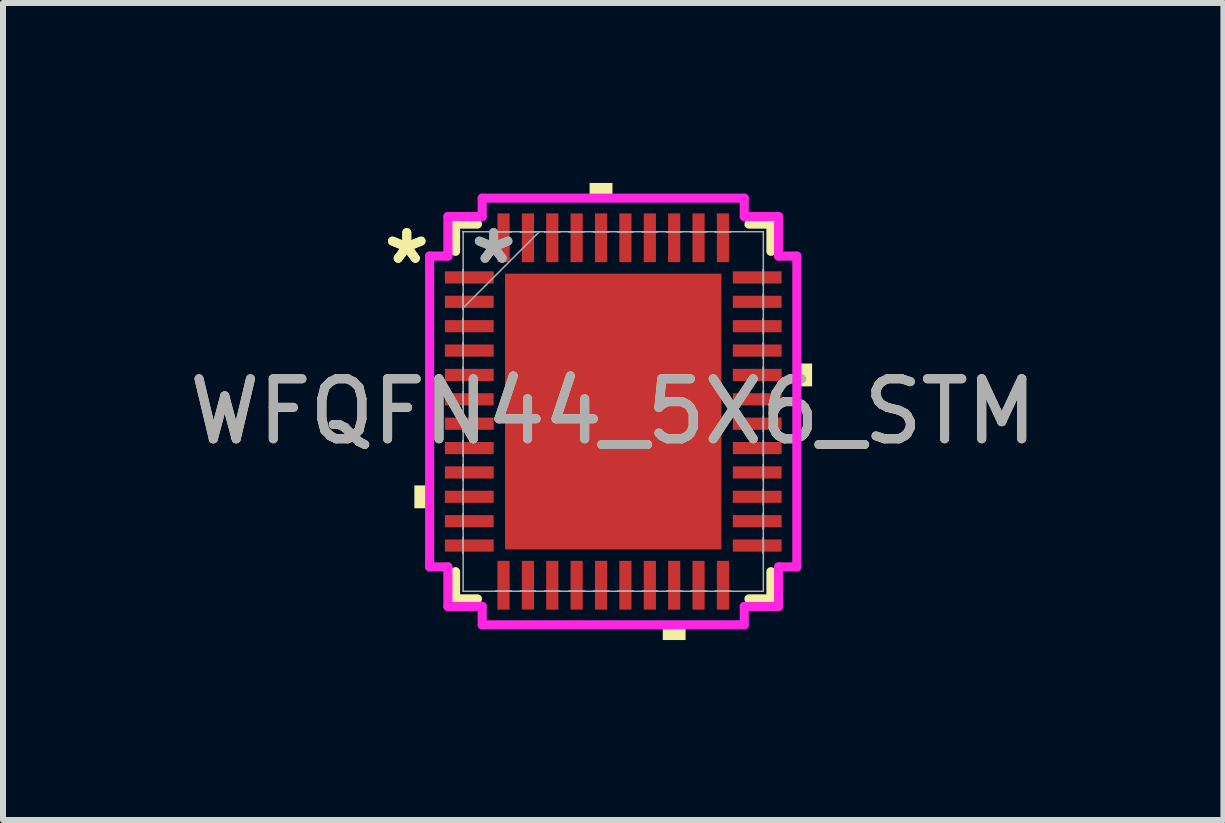
<source format=kicad_pcb>
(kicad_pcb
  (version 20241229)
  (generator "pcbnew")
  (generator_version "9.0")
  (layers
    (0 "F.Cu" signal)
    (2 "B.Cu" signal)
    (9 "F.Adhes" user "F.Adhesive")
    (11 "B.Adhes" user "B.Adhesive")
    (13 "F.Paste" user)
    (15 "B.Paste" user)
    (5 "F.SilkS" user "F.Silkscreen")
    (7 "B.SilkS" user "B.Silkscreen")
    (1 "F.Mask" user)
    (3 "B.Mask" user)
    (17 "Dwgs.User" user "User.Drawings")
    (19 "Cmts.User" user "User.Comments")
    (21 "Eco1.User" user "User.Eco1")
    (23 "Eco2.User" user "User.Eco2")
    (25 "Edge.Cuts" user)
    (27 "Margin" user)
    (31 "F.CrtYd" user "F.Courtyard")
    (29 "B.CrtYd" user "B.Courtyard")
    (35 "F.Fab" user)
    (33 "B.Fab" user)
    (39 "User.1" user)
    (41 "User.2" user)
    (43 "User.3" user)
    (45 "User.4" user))
  (footprint "WFQFN44_5X6_STM"
    (layer "F.Cu")
    (at 7.173 3.81)
    (property "Reference" "WFQFN44_5X6_STM" (at 0 0 0) (unlocked yes) (layer "F.SilkS") (effects (font (size 1 1) (thickness 0.15))))
    (attr smd)
    (fp_line (start -2.629 -3.124) (end -2.629 -2.67) (stroke (width 0.152) (type solid)) (layer "F.SilkS"))
    (fp_line (start -2.629 2.67) (end -2.629 3.124) (stroke (width 0.152) (type solid)) (layer "F.SilkS"))
    (fp_line (start -2.629 3.124) (end -2.263 3.124) (stroke (width 0.152) (type solid)) (layer "F.SilkS"))
    (fp_line (start -2.263 -3.124) (end -2.629 -3.124) (stroke (width 0.152) (type solid)) (layer "F.SilkS"))
    (fp_line (start 2.263 3.124) (end 2.629 3.124) (stroke (width 0.152) (type solid)) (layer "F.SilkS"))
    (fp_line (start 2.629 -3.124) (end 2.263 -3.124) (stroke (width 0.152) (type solid)) (layer "F.SilkS"))
    (fp_line (start 2.629 -2.67) (end 2.629 -3.124) (stroke (width 0.152) (type solid)) (layer "F.SilkS"))
    (fp_line (start 2.629 3.124) (end 2.629 2.67) (stroke (width 0.152) (type solid)) (layer "F.SilkS"))
    (fp_poly (pts (xy -3.315 1.232) (xy -3.315 1.613) (xy -3.061 1.613) (xy -3.061 1.232)) (stroke (width 0) (type solid)) (fill yes) (layer "F.SilkS"))
    (fp_poly (pts (xy -0.394 -3.556) (xy -0.394 -3.81) (xy -0.013 -3.81) (xy -0.013 -3.556)) (stroke (width 0) (type solid)) (fill yes) (layer "F.SilkS"))
    (fp_poly (pts (xy 0.826 3.556) (xy 0.826 3.81) (xy 1.206 3.81) (xy 1.206 3.556)) (stroke (width 0) (type solid)) (fill yes) (layer "F.SilkS"))
    (fp_poly (pts (xy 3.315 -0.8) (xy 3.315 -0.419) (xy 3.061 -0.419) (xy 3.061 -0.8)) (stroke (width 0) (type solid)) (fill yes) (layer "F.SilkS"))
    (fp_poly (pts (xy -1.703 -2.199) (xy -1.703 -0.866) (xy -0.1 -0.866) (xy -0.1 -2.199)) (stroke (width 0) (type solid)) (fill yes) (layer "F.Paste"))
    (fp_poly (pts (xy -1.703 -0.666) (xy -1.703 0.666) (xy -0.1 0.666) (xy -0.1 -0.666)) (stroke (width 0) (type solid)) (fill yes) (layer "F.Paste"))
    (fp_poly (pts (xy -1.703 0.866) (xy -1.703 2.199) (xy -0.1 2.199) (xy -0.1 0.866)) (stroke (width 0) (type solid)) (fill yes) (layer "F.Paste"))
    (fp_poly (pts (xy 0.1 -2.199) (xy 0.1 -0.866) (xy 1.703 -0.866) (xy 1.703 -2.199)) (stroke (width 0) (type solid)) (fill yes) (layer "F.Paste"))
    (fp_poly (pts (xy 0.1 -0.666) (xy 0.1 0.666) (xy 1.703 0.666) (xy 1.703 -0.666)) (stroke (width 0) (type solid)) (fill yes) (layer "F.Paste"))
    (fp_poly (pts (xy 0.1 0.866) (xy 0.1 2.199) (xy 1.703 2.199) (xy 1.703 0.866)) (stroke (width 0) (type solid)) (fill yes) (layer "F.Paste"))
    (fp_line (start -3.061 -2.591) (end -2.756 -2.591) (stroke (width 0.152) (type solid)) (layer "F.CrtYd"))
    (fp_line (start -3.061 2.591) (end -3.061 -2.591) (stroke (width 0.152) (type solid)) (layer "F.CrtYd"))
    (fp_line (start -2.756 -3.251) (end -2.184 -3.251) (stroke (width 0.152) (type solid)) (layer "F.CrtYd"))
    (fp_line (start -2.756 -2.591) (end -2.756 -3.251) (stroke (width 0.152) (type solid)) (layer "F.CrtYd"))
    (fp_line (start -2.756 2.591) (end -3.061 2.591) (stroke (width 0.152) (type solid)) (layer "F.CrtYd"))
    (fp_line (start -2.756 3.251) (end -2.756 2.591) (stroke (width 0.152) (type solid)) (layer "F.CrtYd"))
    (fp_line (start -2.184 -3.556) (end 2.184 -3.556) (stroke (width 0.152) (type solid)) (layer "F.CrtYd"))
    (fp_line (start -2.184 -3.251) (end -2.184 -3.556) (stroke (width 0.152) (type solid)) (layer "F.CrtYd"))
    (fp_line (start -2.184 3.251) (end -2.756 3.251) (stroke (width 0.152) (type solid)) (layer "F.CrtYd"))
    (fp_line (start -2.184 3.556) (end -2.184 3.251) (stroke (width 0.152) (type solid)) (layer "F.CrtYd"))
    (fp_line (start 2.184 -3.556) (end 2.184 -3.251) (stroke (width 0.152) (type solid)) (layer "F.CrtYd"))
    (fp_line (start 2.184 -3.251) (end 2.756 -3.251) (stroke (width 0.152) (type solid)) (layer "F.CrtYd"))
    (fp_line (start 2.184 3.251) (end 2.184 3.556) (stroke (width 0.152) (type solid)) (layer "F.CrtYd"))
    (fp_line (start 2.184 3.556) (end -2.184 3.556) (stroke (width 0.152) (type solid)) (layer "F.CrtYd"))
    (fp_line (start 2.756 -3.251) (end 2.756 -2.591) (stroke (width 0.152) (type solid)) (layer "F.CrtYd"))
    (fp_line (start 2.756 -2.591) (end 3.061 -2.591) (stroke (width 0.152) (type solid)) (layer "F.CrtYd"))
    (fp_line (start 2.756 2.591) (end 2.756 3.251) (stroke (width 0.152) (type solid)) (layer "F.CrtYd"))
    (fp_line (start 2.756 3.251) (end 2.184 3.251) (stroke (width 0.152) (type solid)) (layer "F.CrtYd"))
    (fp_line (start 3.061 -2.591) (end 3.061 2.591) (stroke (width 0.152) (type solid)) (layer "F.CrtYd"))
    (fp_line (start 3.061 2.591) (end 2.756 2.591) (stroke (width 0.152) (type solid)) (layer "F.CrtYd"))
    (fp_line (start -2.502 -2.997) (end -2.502 -2.997) (stroke (width 0.025) (type solid)) (layer "F.Fab"))
    (fp_line (start -2.502 -2.997) (end -2.502 2.997) (stroke (width 0.025) (type solid)) (layer "F.Fab"))
    (fp_line (start -2.502 -2.362) (end -2.502 -2.362) (stroke (width 0.025) (type solid)) (layer "F.Fab"))
    (fp_line (start -2.502 -2.362) (end -2.502 -2.108) (stroke (width 0.025) (type solid)) (layer "F.Fab"))
    (fp_line (start -2.502 -2.108) (end -2.502 -2.362) (stroke (width 0.025) (type solid)) (layer "F.Fab"))
    (fp_line (start -2.502 -2.108) (end -2.502 -2.108) (stroke (width 0.025) (type solid)) (layer "F.Fab"))
    (fp_line (start -2.502 -1.956) (end -2.502 -1.956) (stroke (width 0.025) (type solid)) (layer "F.Fab"))
    (fp_line (start -2.502 -1.956) (end -2.502 -1.702) (stroke (width 0.025) (type solid)) (layer "F.Fab"))
    (fp_line (start -2.502 -1.727) (end -1.232 -2.997) (stroke (width 0.025) (type solid)) (layer "F.Fab"))
    (fp_line (start -2.502 -1.702) (end -2.502 -1.956) (stroke (width 0.025) (type solid)) (layer "F.Fab"))
    (fp_line (start -2.502 -1.702) (end -2.502 -1.702) (stroke (width 0.025) (type solid)) (layer "F.Fab"))
    (fp_line (start -2.502 -1.549) (end -2.502 -1.549) (stroke (width 0.025) (type solid)) (layer "F.Fab"))
    (fp_line (start -2.502 -1.549) (end -2.502 -1.295) (stroke (width 0.025) (type solid)) (layer "F.Fab"))
    (fp_line (start -2.502 -1.295) (end -2.502 -1.549) (stroke (width 0.025) (type solid)) (layer "F.Fab"))
    (fp_line (start -2.502 -1.295) (end -2.502 -1.295) (stroke (width 0.025) (type solid)) (layer "F.Fab"))
    (fp_line (start -2.502 -1.143) (end -2.502 -1.143) (stroke (width 0.025) (type solid)) (layer "F.Fab"))
    (fp_line (start -2.502 -1.143) (end -2.502 -0.889) (stroke (width 0.025) (type solid)) (layer "F.Fab"))
    (fp_line (start -2.502 -0.889) (end -2.502 -1.143) (stroke (width 0.025) (type solid)) (layer "F.Fab"))
    (fp_line (start -2.502 -0.889) (end -2.502 -0.889) (stroke (width 0.025) (type solid)) (layer "F.Fab"))
    (fp_line (start -2.502 -0.737) (end -2.502 -0.737) (stroke (width 0.025) (type solid)) (layer "F.Fab"))
    (fp_line (start -2.502 -0.737) (end -2.502 -0.483) (stroke (width 0.025) (type solid)) (layer "F.Fab"))
    (fp_line (start -2.502 -0.483) (end -2.502 -0.737) (stroke (width 0.025) (type solid)) (layer "F.Fab"))
    (fp_line (start -2.502 -0.483) (end -2.502 -0.483) (stroke (width 0.025) (type solid)) (layer "F.Fab"))
    (fp_line (start -2.502 -0.33) (end -2.502 -0.33) (stroke (width 0.025) (type solid)) (layer "F.Fab"))
    (fp_line (start -2.502 -0.33) (end -2.502 -0.076) (stroke (width 0.025) (type solid)) (layer "F.Fab"))
    (fp_line (start -2.502 -0.076) (end -2.502 -0.33) (stroke (width 0.025) (type solid)) (layer "F.Fab"))
    (fp_line (start -2.502 -0.076) (end -2.502 -0.076) (stroke (width 0.025) (type solid)) (layer "F.Fab"))
    (fp_line (start -2.502 0.076) (end -2.502 0.076) (stroke (width 0.025) (type solid)) (layer "F.Fab"))
    (fp_line (start -2.502 0.076) (end -2.502 0.33) (stroke (width 0.025) (type solid)) (layer "F.Fab"))
    (fp_line (start -2.502 0.33) (end -2.502 0.076) (stroke (width 0.025) (type solid)) (layer "F.Fab"))
    (fp_line (start -2.502 0.33) (end -2.502 0.33) (stroke (width 0.025) (type solid)) (layer "F.Fab"))
    (fp_line (start -2.502 0.483) (end -2.502 0.483) (stroke (width 0.025) (type solid)) (layer "F.Fab"))
    (fp_line (start -2.502 0.483) (end -2.502 0.737) (stroke (width 0.025) (type solid)) (layer "F.Fab"))
    (fp_line (start -2.502 0.737) (end -2.502 0.483) (stroke (width 0.025) (type solid)) (layer "F.Fab"))
    (fp_line (start -2.502 0.737) (end -2.502 0.737) (stroke (width 0.025) (type solid)) (layer "F.Fab"))
    (fp_line (start -2.502 0.889) (end -2.502 0.889) (stroke (width 0.025) (type solid)) (layer "F.Fab"))
    (fp_line (start -2.502 0.889) (end -2.502 1.143) (stroke (width 0.025) (type solid)) (layer "F.Fab"))
    (fp_line (start -2.502 1.143) (end -2.502 0.889) (stroke (width 0.025) (type solid)) (layer "F.Fab"))
    (fp_line (start -2.502 1.143) (end -2.502 1.143) (stroke (width 0.025) (type solid)) (layer "F.Fab"))
    (fp_line (start -2.502 1.295) (end -2.502 1.295) (stroke (width 0.025) (type solid)) (layer "F.Fab"))
    (fp_line (start -2.502 1.295) (end -2.502 1.549) (stroke (width 0.025) (type solid)) (layer "F.Fab"))
    (fp_line (start -2.502 1.549) (end -2.502 1.295) (stroke (width 0.025) (type solid)) (layer "F.Fab"))
    (fp_line (start -2.502 1.549) (end -2.502 1.549) (stroke (width 0.025) (type solid)) (layer "F.Fab"))
    (fp_line (start -2.502 1.702) (end -2.502 1.702) (stroke (width 0.025) (type solid)) (layer "F.Fab"))
    (fp_line (start -2.502 1.702) (end -2.502 1.956) (stroke (width 0.025) (type solid)) (layer "F.Fab"))
    (fp_line (start -2.502 1.956) (end -2.502 1.702) (stroke (width 0.025) (type solid)) (layer "F.Fab"))
    (fp_line (start -2.502 1.956) (end -2.502 1.956) (stroke (width 0.025) (type solid)) (layer "F.Fab"))
    (fp_line (start -2.502 2.108) (end -2.502 2.108) (stroke (width 0.025) (type solid)) (layer "F.Fab"))
    (fp_line (start -2.502 2.108) (end -2.502 2.362) (stroke (width 0.025) (type solid)) (layer "F.Fab"))
    (fp_line (start -2.502 2.362) (end -2.502 2.108) (stroke (width 0.025) (type solid)) (layer "F.Fab"))
    (fp_line (start -2.502 2.362) (end -2.502 2.362) (stroke (width 0.025) (type solid)) (layer "F.Fab"))
    (fp_line (start -2.502 2.997) (end -2.502 2.997) (stroke (width 0.025) (type solid)) (layer "F.Fab"))
    (fp_line (start -2.502 2.997) (end 2.502 2.997) (stroke (width 0.025) (type solid)) (layer "F.Fab"))
    (fp_line (start -1.956 -2.997) (end -1.956 -2.997) (stroke (width 0.025) (type solid)) (layer "F.Fab"))
    (fp_line (start -1.956 -2.997) (end -1.702 -2.997) (stroke (width 0.025) (type solid)) (layer "F.Fab"))
    (fp_line (start -1.956 2.997) (end -1.956 2.997) (stroke (width 0.025) (type solid)) (layer "F.Fab"))
    (fp_line (start -1.956 2.997) (end -1.702 2.997) (stroke (width 0.025) (type solid)) (layer "F.Fab"))
    (fp_line (start -1.702 -2.997) (end -1.956 -2.997) (stroke (width 0.025) (type solid)) (layer "F.Fab"))
    (fp_line (start -1.702 -2.997) (end -1.702 -2.997) (stroke (width 0.025) (type solid)) (layer "F.Fab"))
    (fp_line (start -1.702 2.997) (end -1.956 2.997) (stroke (width 0.025) (type solid)) (layer "F.Fab"))
    (fp_line (start -1.702 2.997) (end -1.702 2.997) (stroke (width 0.025) (type solid)) (layer "F.Fab"))
    (fp_line (start -1.549 -2.997) (end -1.549 -2.997) (stroke (width 0.025) (type solid)) (layer "F.Fab"))
    (fp_line (start -1.549 -2.997) (end -1.295 -2.997) (stroke (width 0.025) (type solid)) (layer "F.Fab"))
    (fp_line (start -1.549 2.997) (end -1.549 2.997) (stroke (width 0.025) (type solid)) (layer "F.Fab"))
    (fp_line (start -1.549 2.997) (end -1.295 2.997) (stroke (width 0.025) (type solid)) (layer "F.Fab"))
    (fp_line (start -1.295 -2.997) (end -1.549 -2.997) (stroke (width 0.025) (type solid)) (layer "F.Fab"))
    (fp_line (start -1.295 -2.997) (end -1.295 -2.997) (stroke (width 0.025) (type solid)) (layer "F.Fab"))
    (fp_line (start -1.295 2.997) (end -1.549 2.997) (stroke (width 0.025) (type solid)) (layer "F.Fab"))
    (fp_line (start -1.295 2.997) (end -1.295 2.997) (stroke (width 0.025) (type solid)) (layer "F.Fab"))
    (fp_line (start -1.143 -2.997) (end -1.143 -2.997) (stroke (width 0.025) (type solid)) (layer "F.Fab"))
    (fp_line (start -1.143 -2.997) (end -0.889 -2.997) (stroke (width 0.025) (type solid)) (layer "F.Fab"))
    (fp_line (start -1.143 2.997) (end -1.143 2.997) (stroke (width 0.025) (type solid)) (layer "F.Fab"))
    (fp_line (start -1.143 2.997) (end -0.889 2.997) (stroke (width 0.025) (type solid)) (layer "F.Fab"))
    (fp_line (start -0.889 -2.997) (end -1.143 -2.997) (stroke (width 0.025) (type solid)) (layer "F.Fab"))
    (fp_line (start -0.889 -2.997) (end -0.889 -2.997) (stroke (width 0.025) (type solid)) (layer "F.Fab"))
    (fp_line (start -0.889 2.997) (end -1.143 2.997) (stroke (width 0.025) (type solid)) (layer "F.Fab"))
    (fp_line (start -0.889 2.997) (end -0.889 2.997) (stroke (width 0.025) (type solid)) (layer "F.Fab"))
    (fp_line (start -0.737 -2.997) (end -0.737 -2.997) (stroke (width 0.025) (type solid)) (layer "F.Fab"))
    (fp_line (start -0.737 -2.997) (end -0.483 -2.997) (stroke (width 0.025) (type solid)) (layer "F.Fab"))
    (fp_line (start -0.737 2.997) (end -0.737 2.997) (stroke (width 0.025) (type solid)) (layer "F.Fab"))
    (fp_line (start -0.737 2.997) (end -0.483 2.997) (stroke (width 0.025) (type solid)) (layer "F.Fab"))
    (fp_line (start -0.483 -2.997) (end -0.737 -2.997) (stroke (width 0.025) (type solid)) (layer "F.Fab"))
    (fp_line (start -0.483 -2.997) (end -0.483 -2.997) (stroke (width 0.025) (type solid)) (layer "F.Fab"))
    (fp_line (start -0.483 2.997) (end -0.737 2.997) (stroke (width 0.025) (type solid)) (layer "F.Fab"))
    (fp_line (start -0.483 2.997) (end -0.483 2.997) (stroke (width 0.025) (type solid)) (layer "F.Fab"))
    (fp_line (start -0.33 -2.997) (end -0.33 -2.997) (stroke (width 0.025) (type solid)) (layer "F.Fab"))
    (fp_line (start -0.33 -2.997) (end -0.076 -2.997) (stroke (width 0.025) (type solid)) (layer "F.Fab"))
    (fp_line (start -0.33 2.997) (end -0.33 2.997) (stroke (width 0.025) (type solid)) (layer "F.Fab"))
    (fp_line (start -0.33 2.997) (end -0.076 2.997) (stroke (width 0.025) (type solid)) (layer "F.Fab"))
    (fp_line (start -0.076 -2.997) (end -0.33 -2.997) (stroke (width 0.025) (type solid)) (layer "F.Fab"))
    (fp_line (start -0.076 -2.997) (end -0.076 -2.997) (stroke (width 0.025) (type solid)) (layer "F.Fab"))
    (fp_line (start -0.076 2.997) (end -0.33 2.997) (stroke (width 0.025) (type solid)) (layer "F.Fab"))
    (fp_line (start -0.076 2.997) (end -0.076 2.997) (stroke (width 0.025) (type solid)) (layer "F.Fab"))
    (fp_line (start 0.076 -2.997) (end 0.076 -2.997) (stroke (width 0.025) (type solid)) (layer "F.Fab"))
    (fp_line (start 0.076 -2.997) (end 0.33 -2.997) (stroke (width 0.025) (type solid)) (layer "F.Fab"))
    (fp_line (start 0.076 2.997) (end 0.076 2.997) (stroke (width 0.025) (type solid)) (layer "F.Fab"))
    (fp_line (start 0.076 2.997) (end 0.33 2.997) (stroke (width 0.025) (type solid)) (layer "F.Fab"))
    (fp_line (start 0.33 -2.997) (end 0.076 -2.997) (stroke (width 0.025) (type solid)) (layer "F.Fab"))
    (fp_line (start 0.33 -2.997) (end 0.33 -2.997) (stroke (width 0.025) (type solid)) (layer "F.Fab"))
    (fp_line (start 0.33 2.997) (end 0.076 2.997) (stroke (width 0.025) (type solid)) (layer "F.Fab"))
    (fp_line (start 0.33 2.997) (end 0.33 2.997) (stroke (width 0.025) (type solid)) (layer "F.Fab"))
    (fp_line (start 0.483 -2.997) (end 0.483 -2.997) (stroke (width 0.025) (type solid)) (layer "F.Fab"))
    (fp_line (start 0.483 -2.997) (end 0.737 -2.997) (stroke (width 0.025) (type solid)) (layer "F.Fab"))
    (fp_line (start 0.483 2.997) (end 0.483 2.997) (stroke (width 0.025) (type solid)) (layer "F.Fab"))
    (fp_line (start 0.483 2.997) (end 0.737 2.997) (stroke (width 0.025) (type solid)) (layer "F.Fab"))
    (fp_line (start 0.737 -2.997) (end 0.483 -2.997) (stroke (width 0.025) (type solid)) (layer "F.Fab"))
    (fp_line (start 0.737 -2.997) (end 0.737 -2.997) (stroke (width 0.025) (type solid)) (layer "F.Fab"))
    (fp_line (start 0.737 2.997) (end 0.483 2.997) (stroke (width 0.025) (type solid)) (layer "F.Fab"))
    (fp_line (start 0.737 2.997) (end 0.737 2.997) (stroke (width 0.025) (type solid)) (layer "F.Fab"))
    (fp_line (start 0.889 -2.997) (end 0.889 -2.997) (stroke (width 0.025) (type solid)) (layer "F.Fab"))
    (fp_line (start 0.889 -2.997) (end 1.143 -2.997) (stroke (width 0.025) (type solid)) (layer "F.Fab"))
    (fp_line (start 0.889 2.997) (end 0.889 2.997) (stroke (width 0.025) (type solid)) (layer "F.Fab"))
    (fp_line (start 0.889 2.997) (end 1.143 2.997) (stroke (width 0.025) (type solid)) (layer "F.Fab"))
    (fp_line (start 1.143 -2.997) (end 0.889 -2.997) (stroke (width 0.025) (type solid)) (layer "F.Fab"))
    (fp_line (start 1.143 -2.997) (end 1.143 -2.997) (stroke (width 0.025) (type solid)) (layer "F.Fab"))
    (fp_line (start 1.143 2.997) (end 0.889 2.997) (stroke (width 0.025) (type solid)) (layer "F.Fab"))
    (fp_line (start 1.143 2.997) (end 1.143 2.997) (stroke (width 0.025) (type solid)) (layer "F.Fab"))
    (fp_line (start 1.295 -2.997) (end 1.295 -2.997) (stroke (width 0.025) (type solid)) (layer "F.Fab"))
    (fp_line (start 1.295 -2.997) (end 1.549 -2.997) (stroke (width 0.025) (type solid)) (layer "F.Fab"))
    (fp_line (start 1.295 2.997) (end 1.295 2.997) (stroke (width 0.025) (type solid)) (layer "F.Fab"))
    (fp_line (start 1.295 2.997) (end 1.549 2.997) (stroke (width 0.025) (type solid)) (layer "F.Fab"))
    (fp_line (start 1.549 -2.997) (end 1.295 -2.997) (stroke (width 0.025) (type solid)) (layer "F.Fab"))
    (fp_line (start 1.549 -2.997) (end 1.549 -2.997) (stroke (width 0.025) (type solid)) (layer "F.Fab"))
    (fp_line (start 1.549 2.997) (end 1.295 2.997) (stroke (width 0.025) (type solid)) (layer "F.Fab"))
    (fp_line (start 1.549 2.997) (end 1.549 2.997) (stroke (width 0.025) (type solid)) (layer "F.Fab"))
    (fp_line (start 1.702 -2.997) (end 1.702 -2.997) (stroke (width 0.025) (type solid)) (layer "F.Fab"))
    (fp_line (start 1.702 -2.997) (end 1.956 -2.997) (stroke (width 0.025) (type solid)) (layer "F.Fab"))
    (fp_line (start 1.702 2.997) (end 1.702 2.997) (stroke (width 0.025) (type solid)) (layer "F.Fab"))
    (fp_line (start 1.702 2.997) (end 1.956 2.997) (stroke (width 0.025) (type solid)) (layer "F.Fab"))
    (fp_line (start 1.956 -2.997) (end 1.702 -2.997) (stroke (width 0.025) (type solid)) (layer "F.Fab"))
    (fp_line (start 1.956 -2.997) (end 1.956 -2.997) (stroke (width 0.025) (type solid)) (layer "F.Fab"))
    (fp_line (start 1.956 2.997) (end 1.702 2.997) (stroke (width 0.025) (type solid)) (layer "F.Fab"))
    (fp_line (start 1.956 2.997) (end 1.956 2.997) (stroke (width 0.025) (type solid)) (layer "F.Fab"))
    (fp_line (start 2.502 -2.997) (end -2.502 -2.997) (stroke (width 0.025) (type solid)) (layer "F.Fab"))
    (fp_line (start 2.502 -2.997) (end 2.502 -2.997) (stroke (width 0.025) (type solid)) (layer "F.Fab"))
    (fp_line (start 2.502 -2.362) (end 2.502 -2.362) (stroke (width 0.025) (type solid)) (layer "F.Fab"))
    (fp_line (start 2.502 -2.362) (end 2.502 -2.108) (stroke (width 0.025) (type solid)) (layer "F.Fab"))
    (fp_line (start 2.502 -2.108) (end 2.502 -2.362) (stroke (width 0.025) (type solid)) (layer "F.Fab"))
    (fp_line (start 2.502 -2.108) (end 2.502 -2.108) (stroke (width 0.025) (type solid)) (layer "F.Fab"))
    (fp_line (start 2.502 -1.956) (end 2.502 -1.956) (stroke (width 0.025) (type solid)) (layer "F.Fab"))
    (fp_line (start 2.502 -1.956) (end 2.502 -1.702) (stroke (width 0.025) (type solid)) (layer "F.Fab"))
    (fp_line (start 2.502 -1.702) (end 2.502 -1.956) (stroke (width 0.025) (type solid)) (layer "F.Fab"))
    (fp_line (start 2.502 -1.702) (end 2.502 -1.702) (stroke (width 0.025) (type solid)) (layer "F.Fab"))
    (fp_line (start 2.502 -1.549) (end 2.502 -1.549) (stroke (width 0.025) (type solid)) (layer "F.Fab"))
    (fp_line (start 2.502 -1.549) (end 2.502 -1.295) (stroke (width 0.025) (type solid)) (layer "F.Fab"))
    (fp_line (start 2.502 -1.295) (end 2.502 -1.549) (stroke (width 0.025) (type solid)) (layer "F.Fab"))
    (fp_line (start 2.502 -1.295) (end 2.502 -1.295) (stroke (width 0.025) (type solid)) (layer "F.Fab"))
    (fp_line (start 2.502 -1.143) (end 2.502 -1.143) (stroke (width 0.025) (type solid)) (layer "F.Fab"))
    (fp_line (start 2.502 -1.143) (end 2.502 -0.889) (stroke (width 0.025) (type solid)) (layer "F.Fab"))
    (fp_line (start 2.502 -0.889) (end 2.502 -1.143) (stroke (width 0.025) (type solid)) (layer "F.Fab"))
    (fp_line (start 2.502 -0.889) (end 2.502 -0.889) (stroke (width 0.025) (type solid)) (layer "F.Fab"))
    (fp_line (start 2.502 -0.737) (end 2.502 -0.737) (stroke (width 0.025) (type solid)) (layer "F.Fab"))
    (fp_line (start 2.502 -0.737) (end 2.502 -0.483) (stroke (width 0.025) (type solid)) (layer "F.Fab"))
    (fp_line (start 2.502 -0.483) (end 2.502 -0.737) (stroke (width 0.025) (type solid)) (layer "F.Fab"))
    (fp_line (start 2.502 -0.483) (end 2.502 -0.483) (stroke (width 0.025) (type solid)) (layer "F.Fab"))
    (fp_line (start 2.502 -0.33) (end 2.502 -0.33) (stroke (width 0.025) (type solid)) (layer "F.Fab"))
    (fp_line (start 2.502 -0.33) (end 2.502 -0.076) (stroke (width 0.025) (type solid)) (layer "F.Fab"))
    (fp_line (start 2.502 -0.076) (end 2.502 -0.33) (stroke (width 0.025) (type solid)) (layer "F.Fab"))
    (fp_line (start 2.502 -0.076) (end 2.502 -0.076) (stroke (width 0.025) (type solid)) (layer "F.Fab"))
    (fp_line (start 2.502 0.076) (end 2.502 0.076) (stroke (width 0.025) (type solid)) (layer "F.Fab"))
    (fp_line (start 2.502 0.076) (end 2.502 0.33) (stroke (width 0.025) (type solid)) (layer "F.Fab"))
    (fp_line (start 2.502 0.33) (end 2.502 0.076) (stroke (width 0.025) (type solid)) (layer "F.Fab"))
    (fp_line (start 2.502 0.33) (end 2.502 0.33) (stroke (width 0.025) (type solid)) (layer "F.Fab"))
    (fp_line (start 2.502 0.483) (end 2.502 0.483) (stroke (width 0.025) (type solid)) (layer "F.Fab"))
    (fp_line (start 2.502 0.483) (end 2.502 0.737) (stroke (width 0.025) (type solid)) (layer "F.Fab"))
    (fp_line (start 2.502 0.737) (end 2.502 0.483) (stroke (width 0.025) (type solid)) (layer "F.Fab"))
    (fp_line (start 2.502 0.737) (end 2.502 0.737) (stroke (width 0.025) (type solid)) (layer "F.Fab"))
    (fp_line (start 2.502 0.889) (end 2.502 0.889) (stroke (width 0.025) (type solid)) (layer "F.Fab"))
    (fp_line (start 2.502 0.889) (end 2.502 1.143) (stroke (width 0.025) (type solid)) (layer "F.Fab"))
    (fp_line (start 2.502 1.143) (end 2.502 0.889) (stroke (width 0.025) (type solid)) (layer "F.Fab"))
    (fp_line (start 2.502 1.143) (end 2.502 1.143) (stroke (width 0.025) (type solid)) (layer "F.Fab"))
    (fp_line (start 2.502 1.295) (end 2.502 1.295) (stroke (width 0.025) (type solid)) (layer "F.Fab"))
    (fp_line (start 2.502 1.295) (end 2.502 1.549) (stroke (width 0.025) (type solid)) (layer "F.Fab"))
    (fp_line (start 2.502 1.549) (end 2.502 1.295) (stroke (width 0.025) (type solid)) (layer "F.Fab"))
    (fp_line (start 2.502 1.549) (end 2.502 1.549) (stroke (width 0.025) (type solid)) (layer "F.Fab"))
    (fp_line (start 2.502 1.702) (end 2.502 1.702) (stroke (width 0.025) (type solid)) (layer "F.Fab"))
    (fp_line (start 2.502 1.702) (end 2.502 1.956) (stroke (width 0.025) (type solid)) (layer "F.Fab"))
    (fp_line (start 2.502 1.956) (end 2.502 1.702) (stroke (width 0.025) (type solid)) (layer "F.Fab"))
    (fp_line (start 2.502 1.956) (end 2.502 1.956) (stroke (width 0.025) (type solid)) (layer "F.Fab"))
    (fp_line (start 2.502 2.108) (end 2.502 2.108) (stroke (width 0.025) (type solid)) (layer "F.Fab"))
    (fp_line (start 2.502 2.108) (end 2.502 2.362) (stroke (width 0.025) (type solid)) (layer "F.Fab"))
    (fp_line (start 2.502 2.362) (end 2.502 2.108) (stroke (width 0.025) (type solid)) (layer "F.Fab"))
    (fp_line (start 2.502 2.362) (end 2.502 2.362) (stroke (width 0.025) (type solid)) (layer "F.Fab"))
    (fp_line (start 2.502 2.997) (end 2.502 -2.997) (stroke (width 0.025) (type solid)) (layer "F.Fab"))
    (fp_line (start 2.502 2.997) (end 2.502 2.997) (stroke (width 0.025) (type solid)) (layer "F.Fab"))
    (fp_text user "*" (at -3.442 -2.438 0) (layer "F.SilkS") (effects (font (size 1 1) (thickness 0.15))))
    (fp_text user "*" (at -3.442 -2.438 0) (unlocked yes) (layer "F.SilkS") (effects (font (size 1 1) (thickness 0.15))))
    (fp_text user "*" (at -1.994 -2.438 0) (layer "F.Fab") (effects (font (size 1 1) (thickness 0.15))))
    (fp_text user "*" (at -1.994 -2.438 0) (unlocked yes) (layer "F.Fab") (effects (font (size 1 1) (thickness 0.15))))
    (fp_text user "${REFERENCE}" (at 0 0 0) (unlocked yes) (layer "F.Fab") (effects (font (size 1 1) (thickness 0.15))))
    (pad "1" smd rect (at -2.4 -2.235 90) (size 0.203 0.813) (layers "F.Cu" "F.Mask" "F.Paste"))
    (pad "2" smd rect (at -2.4 -1.829 90) (size 0.203 0.813) (layers "F.Cu" "F.Mask" "F.Paste"))
    (pad "3" smd rect (at -2.4 -1.422 90) (size 0.203 0.813) (layers "F.Cu" "F.Mask" "F.Paste"))
    (pad "4" smd rect (at -2.4 -1.016 90) (size 0.203 0.813) (layers "F.Cu" "F.Mask" "F.Paste"))
    (pad "5" smd rect (at -2.4 -0.61 90) (size 0.203 0.813) (layers "F.Cu" "F.Mask" "F.Paste"))
    (pad "6" smd rect (at -2.4 -0.203 90) (size 0.203 0.813) (layers "F.Cu" "F.Mask" "F.Paste"))
    (pad "7" smd rect (at -2.4 0.203 90) (size 0.203 0.813) (layers "F.Cu" "F.Mask" "F.Paste"))
    (pad "8" smd rect (at -2.4 0.61 90) (size 0.203 0.813) (layers "F.Cu" "F.Mask" "F.Paste"))
    (pad "9" smd rect (at -2.4 1.016 90) (size 0.203 0.813) (layers "F.Cu" "F.Mask" "F.Paste"))
    (pad "10" smd rect (at -2.4 1.422 90) (size 0.203 0.813) (layers "F.Cu" "F.Mask" "F.Paste"))
    (pad "11" smd rect (at -2.4 1.829 90) (size 0.203 0.813) (layers "F.Cu" "F.Mask" "F.Paste"))
    (pad "12" smd rect (at -2.4 2.235 90) (size 0.203 0.813) (layers "F.Cu" "F.Mask" "F.Paste"))
    (pad "13" smd rect (at -1.829 2.896) (size 0.203 0.813) (layers "F.Cu" "F.Mask" "F.Paste"))
    (pad "14" smd rect (at -1.422 2.896) (size 0.203 0.813) (layers "F.Cu" "F.Mask" "F.Paste"))
    (pad "15" smd rect (at -1.016 2.896) (size 0.203 0.813) (layers "F.Cu" "F.Mask" "F.Paste"))
    (pad "16" smd rect (at -0.61 2.896) (size 0.203 0.813) (layers "F.Cu" "F.Mask" "F.Paste"))
    (pad "17" smd rect (at -0.203 2.896) (size 0.203 0.813) (layers "F.Cu" "F.Mask" "F.Paste"))
    (pad "18" smd rect (at 0.203 2.896) (size 0.203 0.813) (layers "F.Cu" "F.Mask" "F.Paste"))
    (pad "19" smd rect (at 0.61 2.896) (size 0.203 0.813) (layers "F.Cu" "F.Mask" "F.Paste"))
    (pad "20" smd rect (at 1.016 2.896) (size 0.203 0.813) (layers "F.Cu" "F.Mask" "F.Paste"))
    (pad "21" smd rect (at 1.422 2.896) (size 0.203 0.813) (layers "F.Cu" "F.Mask" "F.Paste"))
    (pad "22" smd rect (at 1.829 2.896) (size 0.203 0.813) (layers "F.Cu" "F.Mask" "F.Paste"))
    (pad "23" smd rect (at 2.4 2.235 90) (size 0.203 0.813) (layers "F.Cu" "F.Mask" "F.Paste"))
    (pad "24" smd rect (at 2.4 1.829 90) (size 0.203 0.813) (layers "F.Cu" "F.Mask" "F.Paste"))
    (pad "25" smd rect (at 2.4 1.422 90) (size 0.203 0.813) (layers "F.Cu" "F.Mask" "F.Paste"))
    (pad "26" smd rect (at 2.4 1.016 90) (size 0.203 0.813) (layers "F.Cu" "F.Mask" "F.Paste"))
    (pad "27" smd rect (at 2.4 0.61 90) (size 0.203 0.813) (layers "F.Cu" "F.Mask" "F.Paste"))
    (pad "28" smd rect (at 2.4 0.203 90) (size 0.203 0.813) (layers "F.Cu" "F.Mask" "F.Paste"))
    (pad "29" smd rect (at 2.4 -0.203 90) (size 0.203 0.813) (layers "F.Cu" "F.Mask" "F.Paste"))
    (pad "30" smd rect (at 2.4 -0.61 90) (size 0.203 0.813) (layers "F.Cu" "F.Mask" "F.Paste"))
    (pad "31" smd rect (at 2.4 -1.016 90) (size 0.203 0.813) (layers "F.Cu" "F.Mask" "F.Paste"))
    (pad "32" smd rect (at 2.4 -1.422 90) (size 0.203 0.813) (layers "F.Cu" "F.Mask" "F.Paste"))
    (pad "33" smd rect (at 2.4 -1.829 90) (size 0.203 0.813) (layers "F.Cu" "F.Mask" "F.Paste"))
    (pad "34" smd rect (at 2.4 -2.235 90) (size 0.203 0.813) (layers "F.Cu" "F.Mask" "F.Paste"))
    (pad "35" smd rect (at 1.829 -2.896) (size 0.203 0.813) (layers "F.Cu" "F.Mask" "F.Paste"))
    (pad "36" smd rect (at 1.422 -2.896) (size 0.203 0.813) (layers "F.Cu" "F.Mask" "F.Paste"))
    (pad "37" smd rect (at 1.016 -2.896) (size 0.203 0.813) (layers "F.Cu" "F.Mask" "F.Paste"))
    (pad "38" smd rect (at 0.61 -2.896) (size 0.203 0.813) (layers "F.Cu" "F.Mask" "F.Paste"))
    (pad "39" smd rect (at 0.203 -2.896) (size 0.203 0.813) (layers "F.Cu" "F.Mask" "F.Paste"))
    (pad "40" smd rect (at -0.203 -2.896) (size 0.203 0.813) (layers "F.Cu" "F.Mask" "F.Paste"))
    (pad "41" smd rect (at -0.61 -2.896) (size 0.203 0.813) (layers "F.Cu" "F.Mask" "F.Paste"))
    (pad "42" smd rect (at -1.016 -2.896) (size 0.203 0.813) (layers "F.Cu" "F.Mask" "F.Paste"))
    (pad "43" smd rect (at -1.422 -2.896) (size 0.203 0.813) (layers "F.Cu" "F.Mask" "F.Paste"))
    (pad "44" smd rect (at -1.829 -2.896) (size 0.203 0.813) (layers "F.Cu" "F.Mask" "F.Paste"))
    (pad "45" smd rect (at 0 0) (size 3.607 4.597) (layers "F.Cu" "F.Mask" "F.Paste")))
  (gr_rect
    (start -3 -3)
    (end 17.345 10.62)
    (stroke (width 0.1) (type default))
    (fill no)
    (layer "Edge.Cuts")))
</source>
